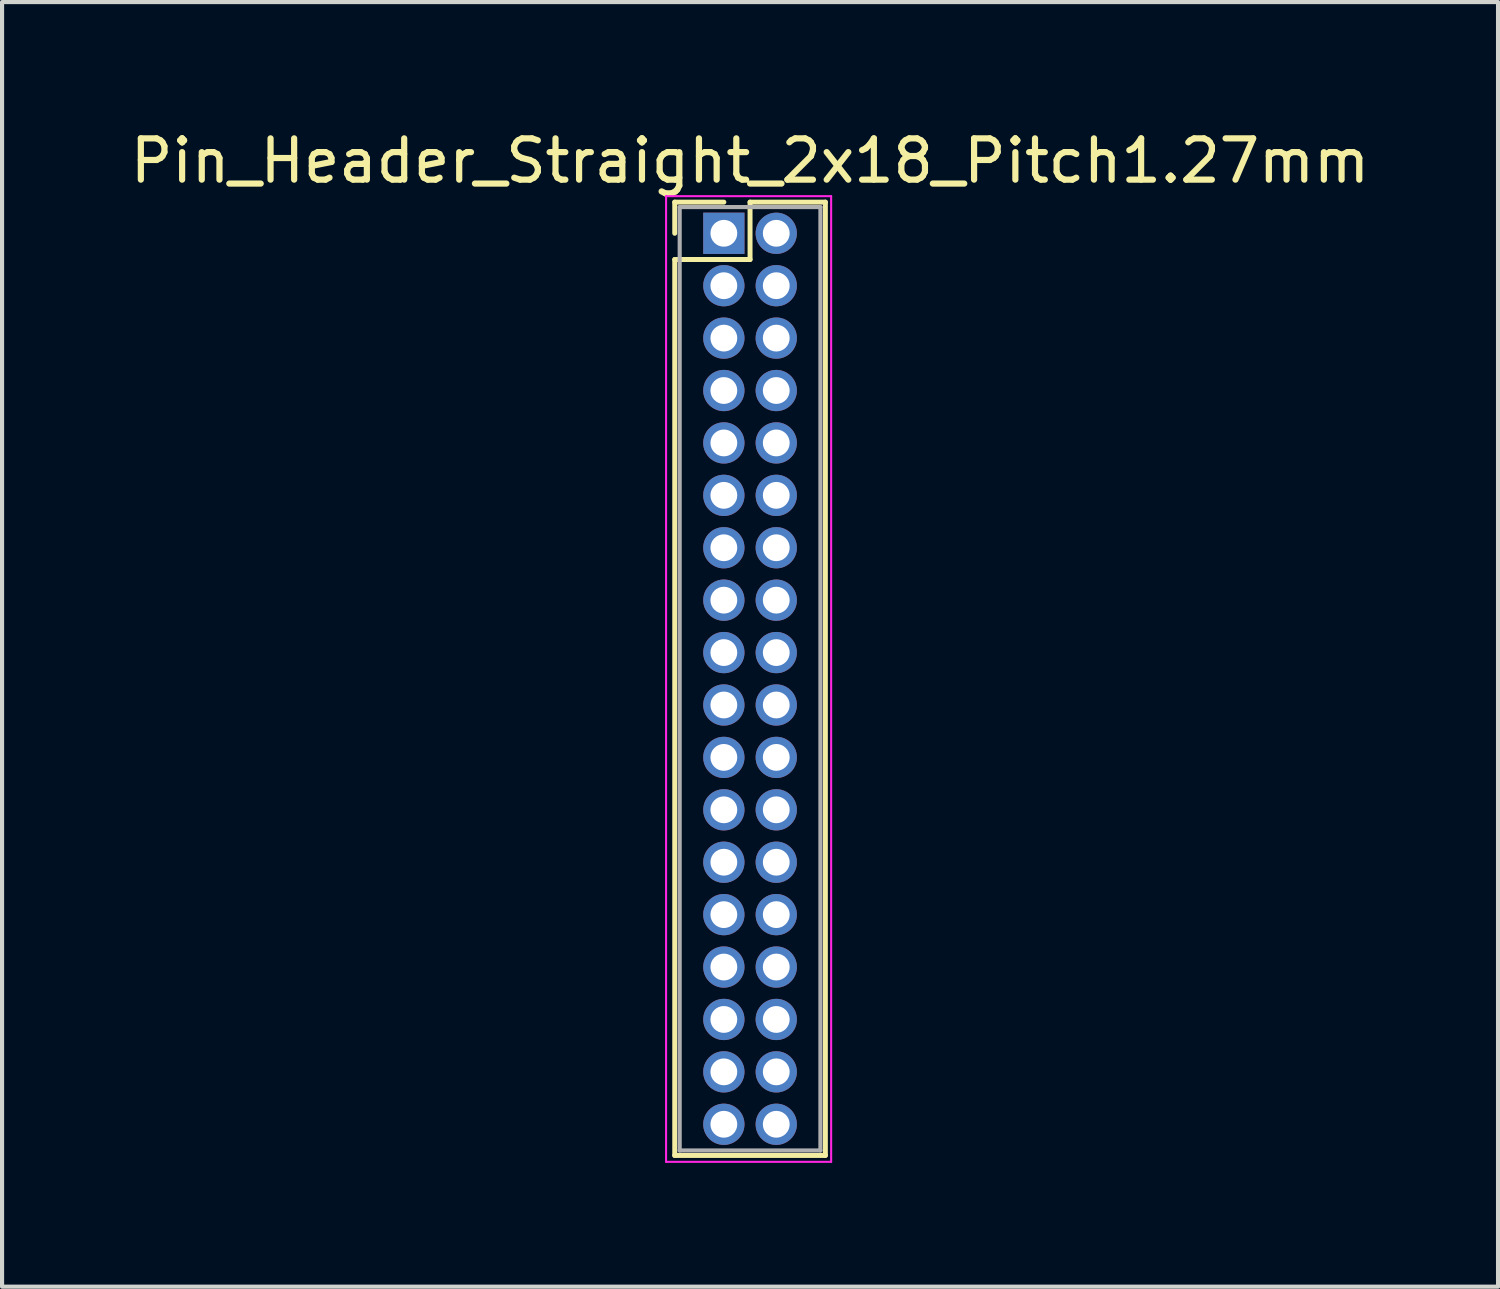
<source format=kicad_pcb>
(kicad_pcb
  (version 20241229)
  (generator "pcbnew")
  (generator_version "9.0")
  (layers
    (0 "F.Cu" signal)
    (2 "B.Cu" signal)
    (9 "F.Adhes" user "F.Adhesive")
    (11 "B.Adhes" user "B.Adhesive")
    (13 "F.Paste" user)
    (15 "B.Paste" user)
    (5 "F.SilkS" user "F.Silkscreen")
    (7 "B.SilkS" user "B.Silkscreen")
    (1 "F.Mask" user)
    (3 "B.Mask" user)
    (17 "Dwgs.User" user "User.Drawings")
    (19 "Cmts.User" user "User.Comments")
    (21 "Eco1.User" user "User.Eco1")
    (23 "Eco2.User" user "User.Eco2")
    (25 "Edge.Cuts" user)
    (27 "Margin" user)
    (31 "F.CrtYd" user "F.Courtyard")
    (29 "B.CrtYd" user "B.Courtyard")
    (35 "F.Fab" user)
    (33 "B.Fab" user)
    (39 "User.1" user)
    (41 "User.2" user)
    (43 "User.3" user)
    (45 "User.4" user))
  (footprint "Pin_Header_Straight_2x18_Pitch1.27mm"
    (layer "F.Cu")
    (at 14.49 2.603)
    (property "Reference" "Pin_Header_Straight_2x18_Pitch1.27mm" (at 0.635 -1.755 0) (layer "F.SilkS") (effects (font (size 1 1) (thickness 0.15))))
    (attr through_hole)
    (fp_line (start -1.19 -0.755) (end 0 -0.755) (stroke (width 0.12) (type solid)) (layer "F.SilkS"))
    (fp_line (start -1.19 0) (end -1.19 -0.755) (stroke (width 0.12) (type solid)) (layer "F.SilkS"))
    (fp_line (start -1.19 0.635) (end -1.19 22.345) (stroke (width 0.12) (type solid)) (layer "F.SilkS"))
    (fp_line (start -1.19 22.345) (end 2.46 22.345) (stroke (width 0.12) (type solid)) (layer "F.SilkS"))
    (fp_line (start 0.635 -0.755) (end 0.635 0.635) (stroke (width 0.12) (type solid)) (layer "F.SilkS"))
    (fp_line (start 0.635 0.635) (end -1.19 0.635) (stroke (width 0.12) (type solid)) (layer "F.SilkS"))
    (fp_line (start 2.46 -0.755) (end 0.635 -0.755) (stroke (width 0.12) (type solid)) (layer "F.SilkS"))
    (fp_line (start 2.46 22.345) (end 2.46 -0.755) (stroke (width 0.12) (type solid)) (layer "F.SilkS"))
    (fp_line (start -1.4 -0.9) (end -1.4 22.5) (stroke (width 0.05) (type solid)) (layer "F.CrtYd"))
    (fp_line (start -1.4 22.5) (end 2.6 22.5) (stroke (width 0.05) (type solid)) (layer "F.CrtYd"))
    (fp_line (start 2.6 -0.9) (end -1.4 -0.9) (stroke (width 0.05) (type solid)) (layer "F.CrtYd"))
    (fp_line (start 2.6 22.5) (end 2.6 -0.9) (stroke (width 0.05) (type solid)) (layer "F.CrtYd"))
    (fp_line (start -1.07 -0.635) (end -1.07 22.225) (stroke (width 0.1) (type solid)) (layer "F.Fab"))
    (fp_line (start -1.07 22.225) (end 2.34 22.225) (stroke (width 0.1) (type solid)) (layer "F.Fab"))
    (fp_line (start 2.34 -0.635) (end -1.07 -0.635) (stroke (width 0.1) (type solid)) (layer "F.Fab"))
    (fp_line (start 2.34 22.225) (end 2.34 -0.635) (stroke (width 0.1) (type solid)) (layer "F.Fab"))
    (pad "1" thru_hole rect (at 0 0) (size 1 1) (drill 0.65) (layers "*.Cu" "*.Mask"))
    (pad "2" thru_hole oval (at 1.27 0) (size 1 1) (drill 0.65) (layers "*.Cu" "*.Mask"))
    (pad "3" thru_hole oval (at 0 1.27) (size 1 1) (drill 0.65) (layers "*.Cu" "*.Mask"))
    (pad "4" thru_hole oval (at 1.27 1.27) (size 1 1) (drill 0.65) (layers "*.Cu" "*.Mask"))
    (pad "5" thru_hole oval (at 0 2.54) (size 1 1) (drill 0.65) (layers "*.Cu" "*.Mask"))
    (pad "6" thru_hole oval (at 1.27 2.54) (size 1 1) (drill 0.65) (layers "*.Cu" "*.Mask"))
    (pad "7" thru_hole oval (at 0 3.81) (size 1 1) (drill 0.65) (layers "*.Cu" "*.Mask"))
    (pad "8" thru_hole oval (at 1.27 3.81) (size 1 1) (drill 0.65) (layers "*.Cu" "*.Mask"))
    (pad "9" thru_hole oval (at 0 5.08) (size 1 1) (drill 0.65) (layers "*.Cu" "*.Mask"))
    (pad "10" thru_hole oval (at 1.27 5.08) (size 1 1) (drill 0.65) (layers "*.Cu" "*.Mask"))
    (pad "11" thru_hole oval (at 0 6.35) (size 1 1) (drill 0.65) (layers "*.Cu" "*.Mask"))
    (pad "12" thru_hole oval (at 1.27 6.35) (size 1 1) (drill 0.65) (layers "*.Cu" "*.Mask"))
    (pad "13" thru_hole oval (at 0 7.62) (size 1 1) (drill 0.65) (layers "*.Cu" "*.Mask"))
    (pad "14" thru_hole oval (at 1.27 7.62) (size 1 1) (drill 0.65) (layers "*.Cu" "*.Mask"))
    (pad "15" thru_hole oval (at 0 8.89) (size 1 1) (drill 0.65) (layers "*.Cu" "*.Mask"))
    (pad "16" thru_hole oval (at 1.27 8.89) (size 1 1) (drill 0.65) (layers "*.Cu" "*.Mask"))
    (pad "17" thru_hole oval (at 0 10.16) (size 1 1) (drill 0.65) (layers "*.Cu" "*.Mask"))
    (pad "18" thru_hole oval (at 1.27 10.16) (size 1 1) (drill 0.65) (layers "*.Cu" "*.Mask"))
    (pad "19" thru_hole oval (at 0 11.43) (size 1 1) (drill 0.65) (layers "*.Cu" "*.Mask"))
    (pad "20" thru_hole oval (at 1.27 11.43) (size 1 1) (drill 0.65) (layers "*.Cu" "*.Mask"))
    (pad "21" thru_hole oval (at 0 12.7) (size 1 1) (drill 0.65) (layers "*.Cu" "*.Mask"))
    (pad "22" thru_hole oval (at 1.27 12.7) (size 1 1) (drill 0.65) (layers "*.Cu" "*.Mask"))
    (pad "23" thru_hole oval (at 0 13.97) (size 1 1) (drill 0.65) (layers "*.Cu" "*.Mask"))
    (pad "24" thru_hole oval (at 1.27 13.97) (size 1 1) (drill 0.65) (layers "*.Cu" "*.Mask"))
    (pad "25" thru_hole oval (at 0 15.24) (size 1 1) (drill 0.65) (layers "*.Cu" "*.Mask"))
    (pad "26" thru_hole oval (at 1.27 15.24) (size 1 1) (drill 0.65) (layers "*.Cu" "*.Mask"))
    (pad "27" thru_hole oval (at 0 16.51) (size 1 1) (drill 0.65) (layers "*.Cu" "*.Mask"))
    (pad "28" thru_hole oval (at 1.27 16.51) (size 1 1) (drill 0.65) (layers "*.Cu" "*.Mask"))
    (pad "29" thru_hole oval (at 0 17.78) (size 1 1) (drill 0.65) (layers "*.Cu" "*.Mask"))
    (pad "30" thru_hole oval (at 1.27 17.78) (size 1 1) (drill 0.65) (layers "*.Cu" "*.Mask"))
    (pad "31" thru_hole oval (at 0 19.05) (size 1 1) (drill 0.65) (layers "*.Cu" "*.Mask"))
    (pad "32" thru_hole oval (at 1.27 19.05) (size 1 1) (drill 0.65) (layers "*.Cu" "*.Mask"))
    (pad "33" thru_hole oval (at 0 20.32) (size 1 1) (drill 0.65) (layers "*.Cu" "*.Mask"))
    (pad "34" thru_hole oval (at 1.27 20.32) (size 1 1) (drill 0.65) (layers "*.Cu" "*.Mask"))
    (pad "35" thru_hole oval (at 0 21.59) (size 1 1) (drill 0.65) (layers "*.Cu" "*.Mask"))
    (pad "36" thru_hole oval (at 1.27 21.59) (size 1 1) (drill 0.65) (layers "*.Cu" "*.Mask")))
  (gr_rect
    (start -3 -3)
    (end 33.25 28.128)
    (stroke (width 0.1) (type default))
    (fill no)
    (layer "Edge.Cuts")))
</source>
